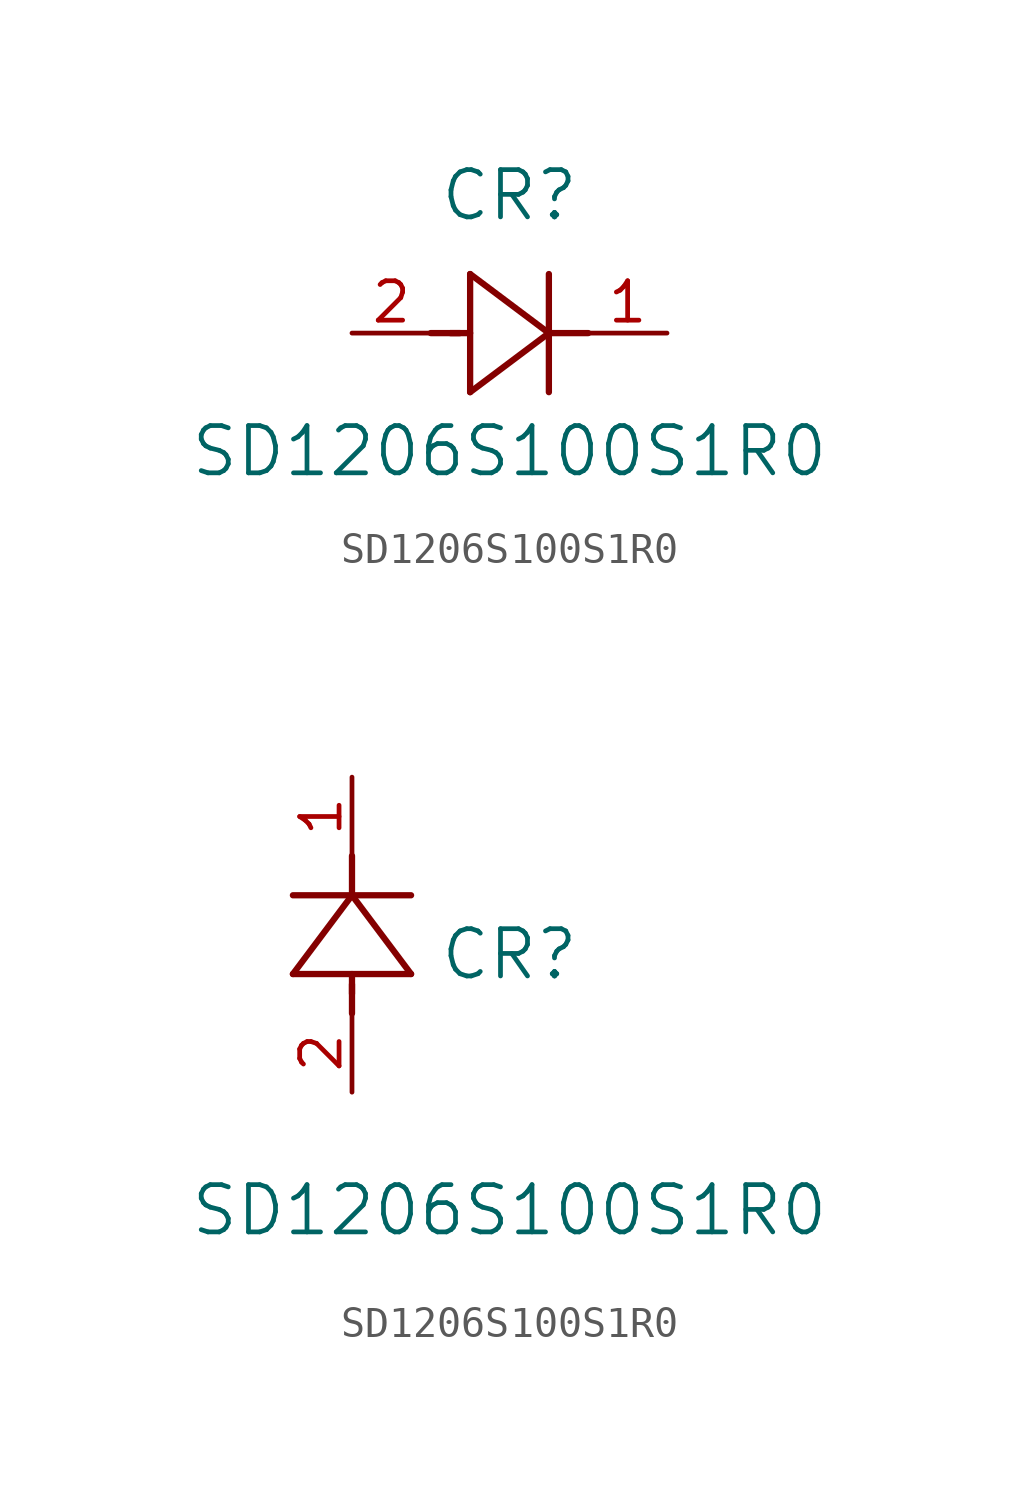
<source format=kicad_sym>
(kicad_symbol_lib
  (version 20211014)
  (generator kicad_symbol_editor)
  (symbol "SD1206S100S1R0"
    (pin_names
      (offset 0.254))
    (property "Reference" "CR"
      (at 5.08 4.445 0)
      (effects (font (size 1.524 1.524))))
    (property "Value" "SD1206S100S1R0"
      (at 5.08 -3.81 0)
      (effects (font (size 1.524 1.524))))
    (symbol "SD1206S100S1R0_1_1"
      (polyline (pts (xy 2.54 0) (xy 3.48 0)) (stroke (width 0.203) (type default) (color 0 0 0 0)) (fill (type none)))
      (polyline (pts (xy 3.81 1.905) (xy 3.81 -1.905)) (stroke (width 0.203) (type default) (color 0 0 0 0)) (fill (type none)))
      (polyline (pts (xy 3.175 0) (xy 3.81 0)) (stroke (width 0.203) (type default) (color 0 0 0 0)) (fill (type none)))
      (polyline (pts (xy 6.35 -1.905) (xy 6.35 1.905)) (stroke (width 0.203) (type default) (color 0 0 0 0)) (fill (type none)))
      (polyline (pts (xy 6.35 0) (xy 7.62 0)) (stroke (width 0.203) (type default) (color 0 0 0 0)) (fill (type none)))
      (polyline (pts (xy 6.35 0) (xy 3.81 1.905)) (stroke (width 0.203) (type default) (color 0 0 0 0)) (fill (type none)))
      (polyline (pts (xy 3.81 -1.905) (xy 6.35 0)) (stroke (width 0.203) (type default) (color 0 0 0 0)) (fill (type none)))
      (pin unspecified line (at 0 0 0) (length 2.54) (name "" (effects (font (size 1.27 1.27)))) (number "2" (effects (font (size 1.27 1.27)))))
      (pin unspecified line (at 10.16 0 180) (length 2.54) (name "" (effects (font (size 1.27 1.27)))) (number "1" (effects (font (size 1.27 1.27))))))
    (symbol "SD1206S100S1R0_1_2"
      (polyline (pts (xy 0 2.54) (xy 0 3.48)) (stroke (width 0.203) (type default) (color 0 0 0 0)) (fill (type none)))
      (polyline (pts (xy -1.905 3.81) (xy 1.905 3.81)) (stroke (width 0.203) (type default) (color 0 0 0 0)) (fill (type none)))
      (polyline (pts (xy 0 3.175) (xy 0 3.81)) (stroke (width 0.203) (type default) (color 0 0 0 0)) (fill (type none)))
      (polyline (pts (xy 1.905 6.35) (xy -1.905 6.35)) (stroke (width 0.203) (type default) (color 0 0 0 0)) (fill (type none)))
      (polyline (pts (xy 0 6.35) (xy 0 7.62)) (stroke (width 0.203) (type default) (color 0 0 0 0)) (fill (type none)))
      (polyline (pts (xy 0 6.35) (xy -1.905 3.81)) (stroke (width 0.203) (type default) (color 0 0 0 0)) (fill (type none)))
      (polyline (pts (xy 1.905 3.81) (xy 0 6.35)) (stroke (width 0.203) (type default) (color 0 0 0 0)) (fill (type none)))
      (pin unspecified line (at 0 0 90) (length 2.54) (name "" (effects (font (size 1.27 1.27)))) (number "2" (effects (font (size 1.27 1.27)))))
      (pin unspecified line (at 0 10.16 270) (length 2.54) (name "" (effects (font (size 1.27 1.27)))) (number "1" (effects (font (size 1.27 1.27))))))))
</source>
